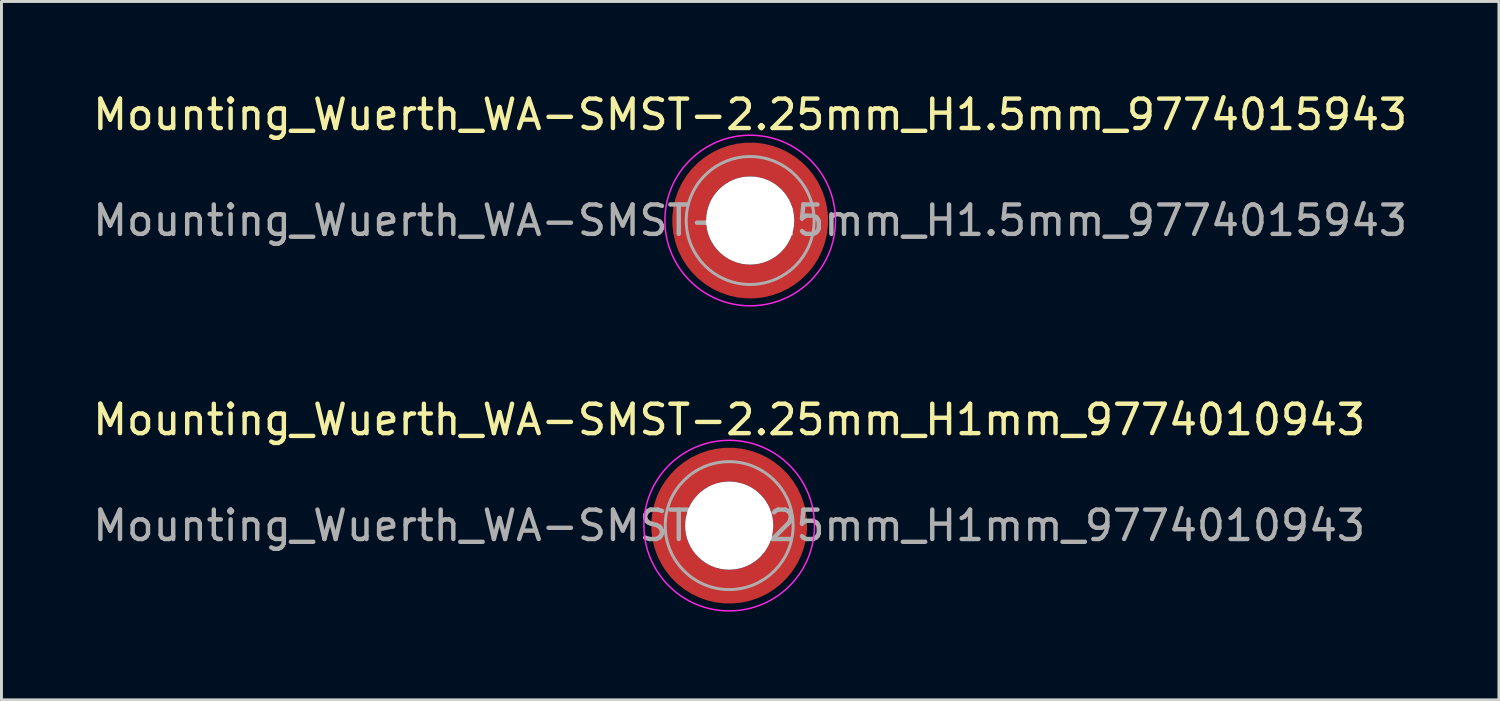
<source format=kicad_pcb>
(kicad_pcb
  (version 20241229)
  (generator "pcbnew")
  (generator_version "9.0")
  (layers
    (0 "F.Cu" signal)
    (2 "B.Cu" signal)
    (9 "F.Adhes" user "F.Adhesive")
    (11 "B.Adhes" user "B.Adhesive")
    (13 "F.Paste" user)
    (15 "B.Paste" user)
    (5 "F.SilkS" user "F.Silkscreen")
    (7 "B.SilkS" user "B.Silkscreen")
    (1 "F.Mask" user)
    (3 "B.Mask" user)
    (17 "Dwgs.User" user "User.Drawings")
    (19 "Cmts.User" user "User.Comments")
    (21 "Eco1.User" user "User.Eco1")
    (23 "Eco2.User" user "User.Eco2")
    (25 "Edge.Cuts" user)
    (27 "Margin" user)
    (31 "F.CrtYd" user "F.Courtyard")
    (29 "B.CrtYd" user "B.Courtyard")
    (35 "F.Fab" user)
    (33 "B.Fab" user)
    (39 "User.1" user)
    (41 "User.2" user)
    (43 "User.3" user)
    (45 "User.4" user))
  (footprint "Mounting_Wuerth_WA-SMST-2.25mm_H1.5mm_9774015943"
    (layer "F.Cu")
    (at 22.458 4.448)
    (property "Reference" "Mounting_Wuerth_WA-SMST-2.25mm_H1.5mm_9774015943" (at 0 -3.6 0) (layer "F.SilkS") (effects (font (size 1 1) (thickness 0.15))))
    (attr smd)
    (fp_circle (center 0 0) (end 2.9 0) (stroke (width 0.05) (type solid)) (fill no) (layer "F.CrtYd"))
    (fp_circle (center 0 0) (end 2.175 0) (stroke (width 0.1) (type solid)) (fill no) (layer "F.Fab"))
    (fp_text user "${REFERENCE}" (at 0 0 0) (layer "F.Fab") (effects (font (size 1 1) (thickness 0.15))))
    (pad "" smd custom (at -1.453 -1.453) (size 0.61 0.61) (layers "F.Paste") (options (anchor circle)) (primitives (gr_arc (start -0.147677 1.053104) (mid 0.285964 0.286792) (end 1.051968 -0.147393) (width 0.2)) (gr_arc (start -0.240295 1.053104) (mid 0.22253 0.222946) (end 1.052531 -0.24016) (width 0.2)) (gr_arc (start -0.332645 1.053104) (mid 0.158548 0.15965) (end 1.051583 -0.332304) (width 0.2)) (gr_arc (start -0.424767 1.053104) (mid 0.09486 0.096059) (end 1.051446 -0.424413) (width 0.2)) (gr_arc (start -0.516693 1.053104) (mid 0.031293 0.032346) (end 1.051645 -0.516396) (width 0.2)) (gr_arc (start -0.608448 1.053104) (mid -0.032323 -0.031316) (end 1.051707 -0.608176) (width 0.2)) (gr_arc (start -0.700056 1.053104) (mid -0.09616 -0.094758) (end 1.051155 -0.699693) (width 0.2)) (gr_arc (start -0.791534 1.053104) (mid -0.160388 -0.15781) (end 1.049515 -0.790891) (width 0.2)) (gr_arc (start -0.882896 1.053104) (mid -0.223713 -0.221764) (end 1.050388 -0.882429) (width 0.2)) (gr_arc (start -0.974157 1.053104) (mid -0.287654 -0.285101) (end 1.049541 -0.973567) (width 0.2)) (gr_line (start 1.053 -0.148) (end 1.053 -0.974) (width 0.2)) (gr_line (start -0.148 1.053) (end -0.974 1.053) (width 0.2))))
    (pad "" smd custom (at -1.453 1.453) (size 0.61 0.61) (layers "F.Paste") (options (anchor circle)) (primitives (gr_arc (start 1.053104 0.147677) (mid 0.286792 -0.285964) (end -0.147393 -1.051968) (width 0.2)) (gr_arc (start 1.053104 0.240295) (mid 0.222946 -0.22253) (end -0.24016 -1.052531) (width 0.2)) (gr_arc (start 1.053104 0.332645) (mid 0.15965 -0.158548) (end -0.332304 -1.051583) (width 0.2)) (gr_arc (start 1.053104 0.424767) (mid 0.096059 -0.09486) (end -0.424413 -1.051446) (width 0.2)) (gr_arc (start 1.053104 0.516693) (mid 0.032346 -0.031293) (end -0.516396 -1.051645) (width 0.2)) (gr_arc (start 1.053104 0.608448) (mid -0.031316 0.032323) (end -0.608176 -1.051707) (width 0.2)) (gr_arc (start 1.053104 0.700056) (mid -0.094758 0.09616) (end -0.699693 -1.051155) (width 0.2)) (gr_arc (start 1.053104 0.791534) (mid -0.15781 0.160388) (end -0.790891 -1.049515) (width 0.2)) (gr_arc (start 1.053104 0.882896) (mid -0.221764 0.223713) (end -0.882429 -1.050388) (width 0.2)) (gr_arc (start 1.053104 0.974157) (mid -0.285101 0.287654) (end -0.973567 -1.049541) (width 0.2)) (gr_line (start -0.148 -1.053) (end -0.974 -1.053) (width 0.2)) (gr_line (start 1.053 0.148) (end 1.053 0.974) (width 0.2))))
    (pad "" np_thru_hole circle (at 0 0) (size 3 3) (drill 3) (layers "*.Cu" "*.Mask"))
    (pad "" smd custom (at 1.453 -1.453) (size 0.61 0.61) (layers "F.Paste") (options (anchor circle)) (primitives (gr_arc (start -1.053104 -0.147677) (mid -0.286792 0.285964) (end 0.147393 1.051968) (width 0.2)) (gr_arc (start -1.053104 -0.240295) (mid -0.222946 0.22253) (end 0.24016 1.052531) (width 0.2)) (gr_arc (start -1.053104 -0.332645) (mid -0.15965 0.158548) (end 0.332304 1.051583) (width 0.2)) (gr_arc (start -1.053104 -0.424767) (mid -0.096059 0.09486) (end 0.424413 1.051446) (width 0.2)) (gr_arc (start -1.053104 -0.516693) (mid -0.032346 0.031293) (end 0.516396 1.051645) (width 0.2)) (gr_arc (start -1.053104 -0.608448) (mid 0.031316 -0.032323) (end 0.608176 1.051707) (width 0.2)) (gr_arc (start -1.053104 -0.700056) (mid 0.094758 -0.09616) (end 0.699693 1.051155) (width 0.2)) (gr_arc (start -1.053104 -0.791534) (mid 0.15781 -0.160388) (end 0.790891 1.049515) (width 0.2)) (gr_arc (start -1.053104 -0.882896) (mid 0.221764 -0.223713) (end 0.882429 1.050388) (width 0.2)) (gr_arc (start -1.053104 -0.974157) (mid 0.285101 -0.287654) (end 0.973567 1.049541) (width 0.2)) (gr_line (start 0.148 1.053) (end 0.974 1.053) (width 0.2)) (gr_line (start -1.053 -0.148) (end -1.053 -0.974) (width 0.2))))
    (pad "" smd custom (at 1.453 1.453) (size 0.61 0.61) (layers "F.Paste") (options (anchor circle)) (primitives (gr_arc (start 0.147677 -1.053104) (mid -0.285964 -0.286792) (end -1.051968 0.147393) (width 0.2)) (gr_arc (start 0.240295 -1.053104) (mid -0.22253 -0.222946) (end -1.052531 0.24016) (width 0.2)) (gr_arc (start 0.332645 -1.053104) (mid -0.158548 -0.15965) (end -1.051583 0.332304) (width 0.2)) (gr_arc (start 0.424767 -1.053104) (mid -0.09486 -0.096059) (end -1.051446 0.424413) (width 0.2)) (gr_arc (start 0.516693 -1.053104) (mid -0.031293 -0.032346) (end -1.051645 0.516396) (width 0.2)) (gr_arc (start 0.608448 -1.053104) (mid 0.032323 0.031316) (end -1.051707 0.608176) (width 0.2)) (gr_arc (start 0.700056 -1.053104) (mid 0.09616 0.094758) (end -1.051155 0.699693) (width 0.2)) (gr_arc (start 0.791534 -1.053104) (mid 0.160388 0.15781) (end -1.049515 0.790891) (width 0.2)) (gr_arc (start 0.882896 -1.053104) (mid 0.223713 0.221764) (end -1.050388 0.882429) (width 0.2)) (gr_arc (start 0.974157 -1.053104) (mid 0.287654 0.285101) (end -1.049541 0.973567) (width 0.2)) (gr_line (start -1.053 0.148) (end -1.053 0.974) (width 0.2)) (gr_line (start 0.148 -1.053) (end 0.974 -1.053) (width 0.2))))
    (pad "1" smd circle (at -2.075 0) (size 0.75 0.75) (layers "F.Cu"))
    (pad "1" smd circle (at 0 -2.075) (size 0.75 0.75) (layers "F.Cu"))
    (pad "1" smd circle (at 0 2.075) (size 0.75 0.75) (layers "F.Cu"))
    (pad "1" smd custom (at 2.075 0) (size 0.75 0.75) (layers "F.Cu" "F.Mask") (options (anchor circle)) (primitives (gr_circle (center -2.075 0) (end 0 0) (width 1.15) (fill no)))))
  (footprint "Mounting_Wuerth_WA-SMST-2.25mm_H1mm_9774010943"
    (layer "F.Cu")
    (at 21.744 14.822)
    (property "Reference" "Mounting_Wuerth_WA-SMST-2.25mm_H1mm_9774010943" (at 0 -3.6 0) (layer "F.SilkS") (effects (font (size 1 1) (thickness 0.15))))
    (attr smd)
    (fp_circle (center 0 0) (end 2.9 0) (stroke (width 0.05) (type solid)) (fill no) (layer "F.CrtYd"))
    (fp_circle (center 0 0) (end 2.175 0) (stroke (width 0.1) (type solid)) (fill no) (layer "F.Fab"))
    (fp_text user "${REFERENCE}" (at 0 0 0) (layer "F.Fab") (effects (font (size 1 1) (thickness 0.15))))
    (pad "" smd custom (at -1.453 -1.453) (size 0.61 0.61) (layers "F.Paste") (options (anchor circle)) (primitives (gr_arc (start -0.147677 1.053104) (mid 0.285964 0.286792) (end 1.051968 -0.147393) (width 0.2)) (gr_arc (start -0.240295 1.053104) (mid 0.22253 0.222946) (end 1.052531 -0.24016) (width 0.2)) (gr_arc (start -0.332645 1.053104) (mid 0.158548 0.15965) (end 1.051583 -0.332304) (width 0.2)) (gr_arc (start -0.424767 1.053104) (mid 0.09486 0.096059) (end 1.051446 -0.424413) (width 0.2)) (gr_arc (start -0.516693 1.053104) (mid 0.031293 0.032346) (end 1.051645 -0.516396) (width 0.2)) (gr_arc (start -0.608448 1.053104) (mid -0.032323 -0.031316) (end 1.051707 -0.608176) (width 0.2)) (gr_arc (start -0.700056 1.053104) (mid -0.09616 -0.094758) (end 1.051155 -0.699693) (width 0.2)) (gr_arc (start -0.791534 1.053104) (mid -0.160388 -0.15781) (end 1.049515 -0.790891) (width 0.2)) (gr_arc (start -0.882896 1.053104) (mid -0.223713 -0.221764) (end 1.050388 -0.882429) (width 0.2)) (gr_arc (start -0.974157 1.053104) (mid -0.287654 -0.285101) (end 1.049541 -0.973567) (width 0.2)) (gr_line (start 1.053 -0.148) (end 1.053 -0.974) (width 0.2)) (gr_line (start -0.148 1.053) (end -0.974 1.053) (width 0.2))))
    (pad "" smd custom (at -1.453 1.453) (size 0.61 0.61) (layers "F.Paste") (options (anchor circle)) (primitives (gr_arc (start 1.053104 0.147677) (mid 0.286792 -0.285964) (end -0.147393 -1.051968) (width 0.2)) (gr_arc (start 1.053104 0.240295) (mid 0.222946 -0.22253) (end -0.24016 -1.052531) (width 0.2)) (gr_arc (start 1.053104 0.332645) (mid 0.15965 -0.158548) (end -0.332304 -1.051583) (width 0.2)) (gr_arc (start 1.053104 0.424767) (mid 0.096059 -0.09486) (end -0.424413 -1.051446) (width 0.2)) (gr_arc (start 1.053104 0.516693) (mid 0.032346 -0.031293) (end -0.516396 -1.051645) (width 0.2)) (gr_arc (start 1.053104 0.608448) (mid -0.031316 0.032323) (end -0.608176 -1.051707) (width 0.2)) (gr_arc (start 1.053104 0.700056) (mid -0.094758 0.09616) (end -0.699693 -1.051155) (width 0.2)) (gr_arc (start 1.053104 0.791534) (mid -0.15781 0.160388) (end -0.790891 -1.049515) (width 0.2)) (gr_arc (start 1.053104 0.882896) (mid -0.221764 0.223713) (end -0.882429 -1.050388) (width 0.2)) (gr_arc (start 1.053104 0.974157) (mid -0.285101 0.287654) (end -0.973567 -1.049541) (width 0.2)) (gr_line (start -0.148 -1.053) (end -0.974 -1.053) (width 0.2)) (gr_line (start 1.053 0.148) (end 1.053 0.974) (width 0.2))))
    (pad "" np_thru_hole circle (at 0 0) (size 3 3) (drill 3) (layers "*.Cu" "*.Mask"))
    (pad "" smd custom (at 1.453 -1.453) (size 0.61 0.61) (layers "F.Paste") (options (anchor circle)) (primitives (gr_arc (start -1.053104 -0.147677) (mid -0.286792 0.285964) (end 0.147393 1.051968) (width 0.2)) (gr_arc (start -1.053104 -0.240295) (mid -0.222946 0.22253) (end 0.24016 1.052531) (width 0.2)) (gr_arc (start -1.053104 -0.332645) (mid -0.15965 0.158548) (end 0.332304 1.051583) (width 0.2)) (gr_arc (start -1.053104 -0.424767) (mid -0.096059 0.09486) (end 0.424413 1.051446) (width 0.2)) (gr_arc (start -1.053104 -0.516693) (mid -0.032346 0.031293) (end 0.516396 1.051645) (width 0.2)) (gr_arc (start -1.053104 -0.608448) (mid 0.031316 -0.032323) (end 0.608176 1.051707) (width 0.2)) (gr_arc (start -1.053104 -0.700056) (mid 0.094758 -0.09616) (end 0.699693 1.051155) (width 0.2)) (gr_arc (start -1.053104 -0.791534) (mid 0.15781 -0.160388) (end 0.790891 1.049515) (width 0.2)) (gr_arc (start -1.053104 -0.882896) (mid 0.221764 -0.223713) (end 0.882429 1.050388) (width 0.2)) (gr_arc (start -1.053104 -0.974157) (mid 0.285101 -0.287654) (end 0.973567 1.049541) (width 0.2)) (gr_line (start 0.148 1.053) (end 0.974 1.053) (width 0.2)) (gr_line (start -1.053 -0.148) (end -1.053 -0.974) (width 0.2))))
    (pad "" smd custom (at 1.453 1.453) (size 0.61 0.61) (layers "F.Paste") (options (anchor circle)) (primitives (gr_arc (start 0.147677 -1.053104) (mid -0.285964 -0.286792) (end -1.051968 0.147393) (width 0.2)) (gr_arc (start 0.240295 -1.053104) (mid -0.22253 -0.222946) (end -1.052531 0.24016) (width 0.2)) (gr_arc (start 0.332645 -1.053104) (mid -0.158548 -0.15965) (end -1.051583 0.332304) (width 0.2)) (gr_arc (start 0.424767 -1.053104) (mid -0.09486 -0.096059) (end -1.051446 0.424413) (width 0.2)) (gr_arc (start 0.516693 -1.053104) (mid -0.031293 -0.032346) (end -1.051645 0.516396) (width 0.2)) (gr_arc (start 0.608448 -1.053104) (mid 0.032323 0.031316) (end -1.051707 0.608176) (width 0.2)) (gr_arc (start 0.700056 -1.053104) (mid 0.09616 0.094758) (end -1.051155 0.699693) (width 0.2)) (gr_arc (start 0.791534 -1.053104) (mid 0.160388 0.15781) (end -1.049515 0.790891) (width 0.2)) (gr_arc (start 0.882896 -1.053104) (mid 0.223713 0.221764) (end -1.050388 0.882429) (width 0.2)) (gr_arc (start 0.974157 -1.053104) (mid 0.287654 0.285101) (end -1.049541 0.973567) (width 0.2)) (gr_line (start -1.053 0.148) (end -1.053 0.974) (width 0.2)) (gr_line (start 0.148 -1.053) (end 0.974 -1.053) (width 0.2))))
    (pad "1" smd circle (at -2.075 0) (size 0.75 0.75) (layers "F.Cu"))
    (pad "1" smd circle (at 0 -2.075) (size 0.75 0.75) (layers "F.Cu"))
    (pad "1" smd circle (at 0 2.075) (size 0.75 0.75) (layers "F.Cu"))
    (pad "1" smd custom (at 2.075 0) (size 0.75 0.75) (layers "F.Cu" "F.Mask") (options (anchor circle)) (primitives (gr_circle (center -2.075 0) (end 0 0) (width 1.15) (fill no)))))
  (gr_rect
    (start -3 -3)
    (end 47.917 20.747)
    (stroke (width 0.1) (type default))
    (fill no)
    (layer "Edge.Cuts")))
</source>
